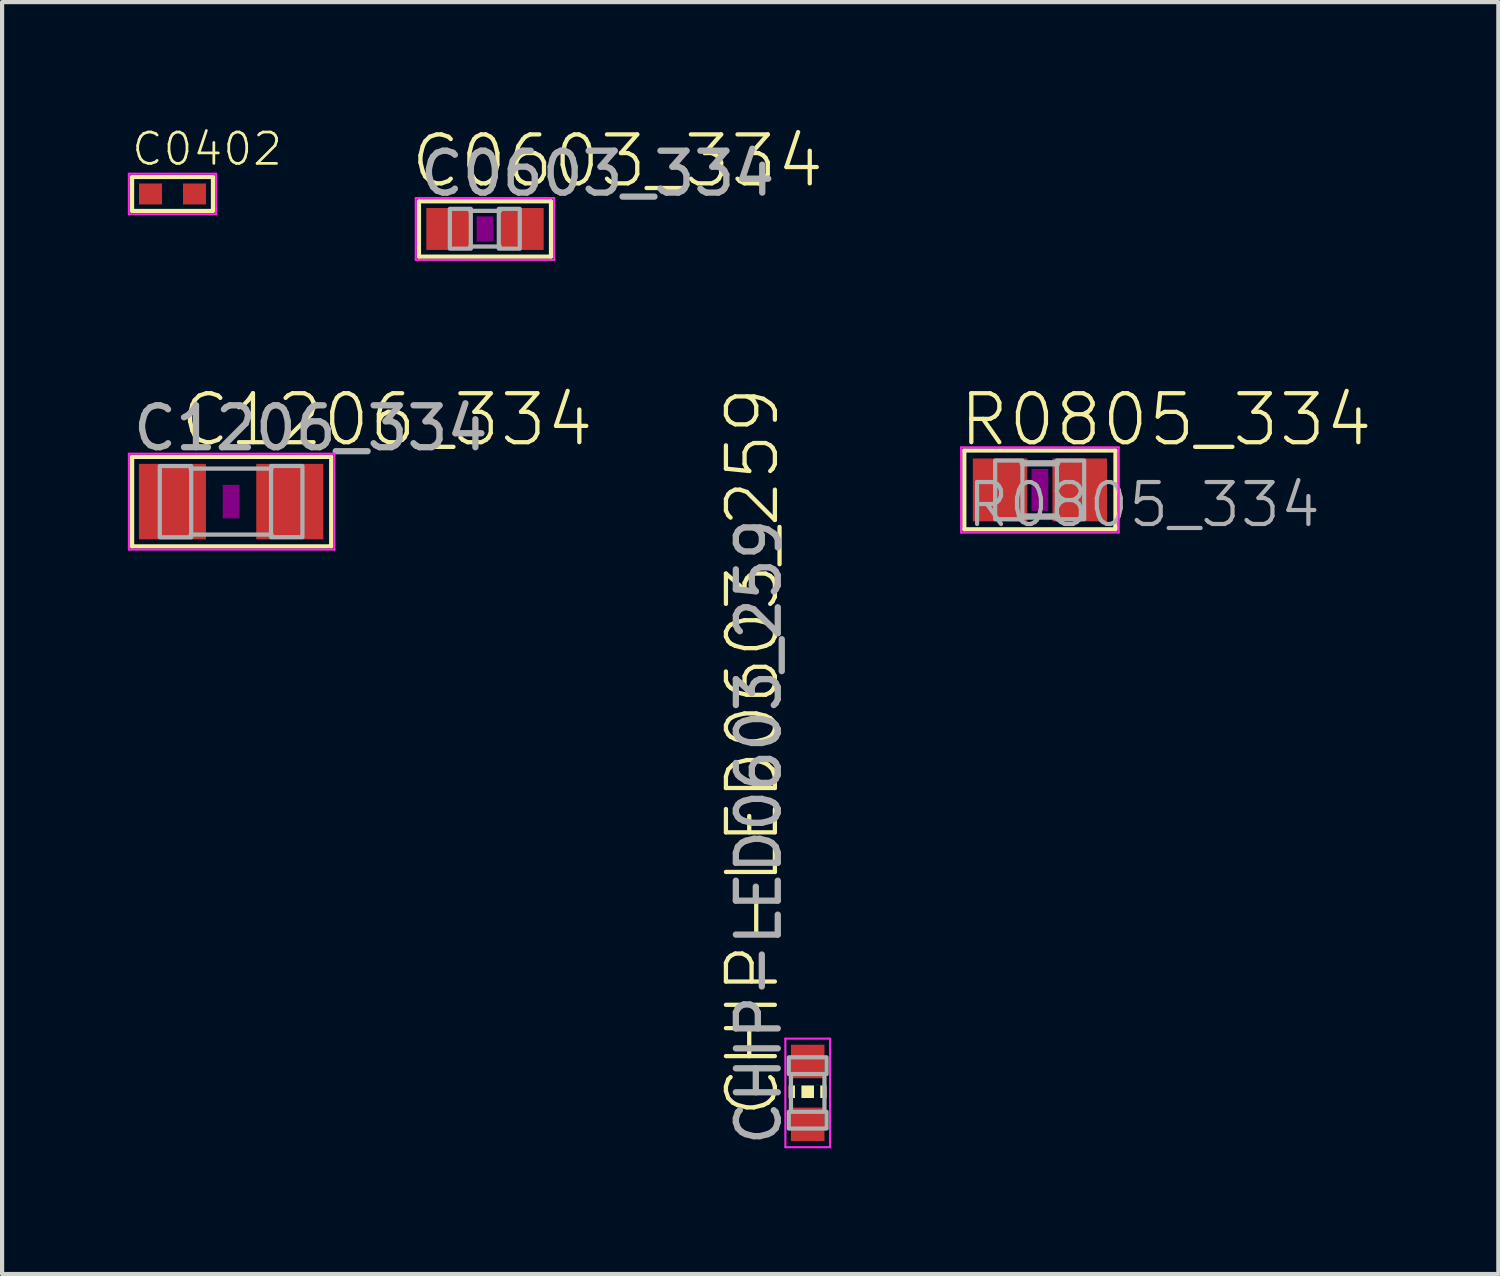
<source format=kicad_pcb>
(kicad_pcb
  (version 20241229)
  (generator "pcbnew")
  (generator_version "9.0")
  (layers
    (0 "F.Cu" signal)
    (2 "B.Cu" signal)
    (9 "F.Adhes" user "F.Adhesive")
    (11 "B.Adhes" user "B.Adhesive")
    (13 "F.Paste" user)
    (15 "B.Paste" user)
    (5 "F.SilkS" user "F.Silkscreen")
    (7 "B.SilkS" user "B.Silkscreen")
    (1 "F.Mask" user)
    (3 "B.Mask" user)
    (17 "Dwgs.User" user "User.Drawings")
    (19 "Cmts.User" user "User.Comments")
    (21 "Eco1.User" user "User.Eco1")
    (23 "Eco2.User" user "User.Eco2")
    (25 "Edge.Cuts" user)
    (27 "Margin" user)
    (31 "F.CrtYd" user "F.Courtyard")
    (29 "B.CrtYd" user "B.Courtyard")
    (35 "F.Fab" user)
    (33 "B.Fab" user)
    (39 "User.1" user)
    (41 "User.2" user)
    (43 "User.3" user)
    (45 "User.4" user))
  (footprint "C0603_334"
    (layer "F.Cu")
    (at 8.521 2.413)
    (property "Reference" "C0603_334" (at -1.829 -0.94 0) (unlocked yes) (layer "F.SilkS") (effects (font (size 1.168 1.168) (thickness 0.102)) (justify left bottom)))
    (fp_line (start -1.575 -0.66) (end 1.575 -0.66) (stroke (width 0.1) (type solid)) (layer "F.SilkS"))
    (fp_line (start -1.575 0.66) (end -1.575 -0.66) (stroke (width 0.1) (type solid)) (layer "F.SilkS"))
    (fp_line (start 1.575 -0.66) (end 1.575 0.66) (stroke (width 0.1) (type solid)) (layer "F.SilkS"))
    (fp_line (start 1.575 0.66) (end -1.575 0.66) (stroke (width 0.1) (type solid)) (layer "F.SilkS"))
    (fp_poly (pts (xy -0.2 0.3) (xy 0.2 0.3) (xy 0.2 -0.3) (xy -0.2 -0.3)) (stroke (width 0) (type default)) (fill yes) (layer "F.Adhes"))
    (fp_line (start -1.651 -0.737) (end 1.651 -0.737) (stroke (width 0.051) (type solid)) (layer "F.CrtYd"))
    (fp_line (start -1.651 0.737) (end -1.651 -0.737) (stroke (width 0.051) (type solid)) (layer "F.CrtYd"))
    (fp_line (start 1.651 -0.737) (end 1.651 0.737) (stroke (width 0.051) (type solid)) (layer "F.CrtYd"))
    (fp_line (start 1.651 0.737) (end -1.651 0.737) (stroke (width 0.051) (type solid)) (layer "F.CrtYd"))
    (fp_line (start -0.356 -0.432) (end 0.356 -0.432) (stroke (width 0.102) (type solid)) (layer "F.Fab"))
    (fp_line (start -0.356 0.419) (end 0.356 0.419) (stroke (width 0.102) (type solid)) (layer "F.Fab"))
    (fp_poly (pts (xy -0.838 0.47) (xy -0.338 0.47) (xy -0.338 -0.48) (xy -0.838 -0.48)) (stroke (width 0.1) (type default)) (fill no) (layer "F.Fab"))
    (fp_poly (pts (xy 0.33 0.47) (xy 0.83 0.47) (xy 0.83 -0.48) (xy 0.33 -0.48)) (stroke (width 0.1) (type default)) (fill no) (layer "F.Fab"))
    (fp_text user "${REFERENCE}" (at -1.626 -0.737 0) (unlocked yes) (layer "F.Fab") (effects (font (size 1 1) (thickness 0.15)) (justify left bottom)))
    (pad "1" smd rect (at -0.85 0) (size 1.1 1) (layers "F.Cu" "F.Mask" "F.Paste"))
    (pad "2" smd rect (at 0.85 0) (size 1.1 1) (layers "F.Cu" "F.Mask" "F.Paste")))
  (footprint "C1206_334"
    (layer "F.Cu")
    (at 2.464 8.918)
    (property "Reference" "C1206_334" (at -1.27 -1.27 0) (unlocked yes) (layer "F.SilkS") (effects (font (size 1.168 1.168) (thickness 0.102)) (justify left bottom)))
    (fp_line (start -2.362 -1.067) (end 2.388 -1.067) (stroke (width 0.1) (type default)) (layer "F.SilkS"))
    (fp_line (start -2.362 1.067) (end -2.362 -1.067) (stroke (width 0.1) (type default)) (layer "F.SilkS"))
    (fp_line (start 2.388 -1.067) (end 2.388 1.067) (stroke (width 0.1) (type default)) (layer "F.SilkS"))
    (fp_line (start 2.388 1.067) (end -2.362 1.067) (stroke (width 0.1) (type default)) (layer "F.SilkS"))
    (fp_poly (pts (xy -0.2 0.4) (xy 0.2 0.4) (xy 0.2 -0.4) (xy -0.2 -0.4)) (stroke (width 0) (type default)) (fill yes) (layer "F.Adhes"))
    (fp_line (start -2.438 -1.143) (end 2.464 -1.143) (stroke (width 0.051) (type solid)) (layer "F.CrtYd"))
    (fp_line (start -2.438 1.143) (end -2.438 -1.143) (stroke (width 0.051) (type solid)) (layer "F.CrtYd"))
    (fp_line (start 2.464 -1.143) (end 2.464 1.143) (stroke (width 0.051) (type solid)) (layer "F.CrtYd"))
    (fp_line (start 2.464 1.143) (end -2.438 1.143) (stroke (width 0.051) (type solid)) (layer "F.CrtYd"))
    (fp_line (start -0.965 -0.787) (end 0.965 -0.787) (stroke (width 0.102) (type solid)) (layer "F.Fab"))
    (fp_line (start -0.965 0.787) (end 0.965 0.787) (stroke (width 0.102) (type solid)) (layer "F.Fab"))
    (fp_poly (pts (xy -1.702 0.851) (xy -0.952 0.851) (xy -0.952 -0.849) (xy -1.702 -0.849)) (stroke (width 0.1) (type default)) (fill no) (layer "F.Fab"))
    (fp_poly (pts (xy 0.952 0.849) (xy 1.702 0.849) (xy 1.702 -0.851) (xy 0.952 -0.851)) (stroke (width 0.1) (type default)) (fill no) (layer "F.Fab"))
    (fp_text user "${REFERENCE}" (at -2.413 -1.168 0) (unlocked yes) (layer "F.Fab") (effects (font (size 1 1) (thickness 0.15)) (justify left bottom)))
    (pad "1" smd rect (at -1.4 0) (size 1.6 1.8) (layers "F.Cu" "F.Mask" "F.Paste"))
    (pad "2" smd rect (at 1.4 0) (size 1.6 1.8) (layers "F.Cu" "F.Mask" "F.Paste")))
  (footprint "R0805_334"
    (layer "F.Cu")
    (at 21.761 8.639)
    (property "Reference" "R0805_334" (at -1.981 -0.991 0) (unlocked yes) (layer "F.SilkS") (effects (font (size 1.168 1.168) (thickness 0.102)) (justify left bottom)))
    (fp_line (start -1.803 -0.94) (end 1.803 -0.94) (stroke (width 0.1) (type default)) (layer "F.SilkS"))
    (fp_line (start -1.803 0.94) (end -1.803 -0.94) (stroke (width 0.1) (type default)) (layer "F.SilkS"))
    (fp_line (start 1.803 -0.94) (end 1.803 0.889) (stroke (width 0.1) (type default)) (layer "F.SilkS"))
    (fp_line (start 1.803 0.889) (end 1.803 0.94) (stroke (width 0.1) (type default)) (layer "F.SilkS"))
    (fp_line (start 1.803 0.94) (end -1.803 0.94) (stroke (width 0.1) (type default)) (layer "F.SilkS"))
    (fp_poly (pts (xy -0.2 0.5) (xy 0.2 0.5) (xy 0.2 -0.5) (xy -0.2 -0.5)) (stroke (width 0) (type default)) (fill yes) (layer "F.Adhes"))
    (fp_line (start -1.88 -1.016) (end 1.88 -1.016) (stroke (width 0.051) (type solid)) (layer "F.CrtYd"))
    (fp_line (start -1.88 1.016) (end -1.88 -1.016) (stroke (width 0.051) (type solid)) (layer "F.CrtYd"))
    (fp_line (start 1.88 -1.016) (end 1.88 1.016) (stroke (width 0.051) (type solid)) (layer "F.CrtYd"))
    (fp_line (start 1.88 1.016) (end -1.88 1.016) (stroke (width 0.051) (type solid)) (layer "F.CrtYd"))
    (fp_line (start -0.41 -0.635) (end 0.41 -0.635) (stroke (width 0.152) (type solid)) (layer "F.Fab"))
    (fp_line (start -0.41 0.635) (end 0.41 0.635) (stroke (width 0.152) (type solid)) (layer "F.Fab"))
    (fp_poly (pts (xy -1.067 0.699) (xy -0.417 0.699) (xy -0.417 -0.702) (xy -1.067 -0.702)) (stroke (width 0.1) (type default)) (fill no) (layer "F.Fab"))
    (fp_poly (pts (xy 0.406 0.699) (xy 1.056 0.699) (xy 1.056 -0.702) (xy 0.406 -0.702)) (stroke (width 0.1) (type default)) (fill no) (layer "F.Fab"))
    (fp_text user "${REFERENCE}" (at -1.803 0.94 0) (unlocked yes) (layer "F.Fab") (effects (font (size 1 1) (thickness 0.1)) (justify left bottom)))
    (pad "1" smd rect (at -0.95 0) (size 1.3 1.5) (layers "F.Cu" "F.Mask" "F.Paste"))
    (pad "2" smd rect (at 0.95 0) (size 1.3 1.5) (layers "F.Cu" "F.Mask" "F.Paste")))
  (footprint "CHIP-LED0603_259"
    (layer "F.Cu")
    (at 16.221 23.026)
    (property "Reference" "CHIP-LED0603_259" (at -0.635 0.635 90) (unlocked yes) (layer "F.SilkS") (effects (font (size 1.168 1.168) (thickness 0.102)) (justify left bottom)))
    (fp_poly (pts (xy -0.455 0.122) (xy -0.305 0.122) (xy -0.305 -0.178) (xy -0.455 -0.178)) (stroke (width 0) (type default)) (fill yes) (layer "F.SilkS"))
    (fp_poly (pts (xy -0.15 0.122) (xy 0.15 0.122) (xy 0.15 -0.178) (xy -0.15 -0.178)) (stroke (width 0) (type default)) (fill yes) (layer "F.SilkS"))
    (fp_poly (pts (xy 0.3 0.122) (xy 0.45 0.122) (xy 0.45 -0.178) (xy 0.3 -0.178)) (stroke (width 0) (type default)) (fill yes) (layer "F.SilkS"))
    (fp_line (start -0.533 -1.295) (end -0.533 1.295) (stroke (width 0.05) (type default)) (layer "F.CrtYd"))
    (fp_line (start -0.533 -1.295) (end 0.533 -1.295) (stroke (width 0.05) (type solid)) (layer "F.CrtYd"))
    (fp_line (start 0.533 -1.295) (end 0.533 1.295) (stroke (width 0.05) (type default)) (layer "F.CrtYd"))
    (fp_line (start 0.533 1.295) (end -0.533 1.295) (stroke (width 0.05) (type default)) (layer "F.CrtYd"))
    (fp_line (start -0.4 -0.45) (end -0.4 0.45) (stroke (width 0.102) (type solid)) (layer "F.Fab"))
    (fp_line (start 0.4 -0.45) (end 0.4 0.45) (stroke (width 0.102) (type solid)) (layer "F.Fab"))
    (fp_poly (pts (xy -0.45 -0.45) (xy 0.45 -0.45) (xy 0.45 -0.85) (xy -0.45 -0.85)) (stroke (width 0.1) (type default)) (fill no) (layer "F.Fab"))
    (fp_poly (pts (xy -0.45 0.85) (xy 0.45 0.85) (xy 0.45 0.45) (xy -0.45 0.45)) (stroke (width 0.1) (type default)) (fill no) (layer "F.Fab"))
    (fp_text user "${REFERENCE}" (at -0.584 1.321 90) (unlocked yes) (layer "F.Fab") (effects (font (size 1 1) (thickness 0.15)) (justify left bottom)))
    (pad "A" smd rect (at 0 0.75) (size 0.8 0.8) (layers "F.Cu" "F.Mask" "F.Paste"))
    (pad "C" smd rect (at 0 -0.75) (size 0.8 0.8) (layers "F.Cu" "F.Mask" "F.Paste")))
  (footprint "C0402"
    (layer "F.Cu")
    (at 1.066 1.578)
    (property "Reference" "C0402" (at -1.016 -0.635 0) (unlocked yes) (layer "F.SilkS") (effects (font (size 0.748 0.748) (thickness 0.065)) (justify left bottom)))
    (fp_line (start -0.965 -0.406) (end 0.965 -0.406) (stroke (width 0.1) (type solid)) (layer "F.SilkS"))
    (fp_line (start -0.965 0.4) (end -0.965 -0.4) (stroke (width 0.1) (type solid)) (layer "F.SilkS"))
    (fp_line (start 0.965 -0.4) (end 0.965 0.4) (stroke (width 0.1) (type solid)) (layer "F.SilkS"))
    (fp_line (start 0.965 0.406) (end -0.965 0.406) (stroke (width 0.1) (type solid)) (layer "F.SilkS"))
    (fp_line (start -1.041 -0.483) (end 1.041 -0.483) (stroke (width 0.05) (type default)) (layer "F.CrtYd"))
    (fp_line (start -1.041 0.483) (end -1.041 -0.483) (stroke (width 0.05) (type default)) (layer "F.CrtYd"))
    (fp_line (start 1.041 -0.483) (end 1.041 0.483) (stroke (width 0.05) (type default)) (layer "F.CrtYd"))
    (fp_line (start 1.041 0.483) (end -1.041 0.483) (stroke (width 0.05) (type default)) (layer "F.CrtYd"))
    (pad "P$1" smd rect (at -0.525 0) (size 0.55 0.5) (layers "F.Cu" "F.Mask" "F.Paste"))
    (pad "P$2" smd rect (at 0.525 0) (size 0.55 0.5) (layers "F.Cu" "F.Mask" "F.Paste")))
  (gr_rect
    (start -3 -3)
    (end 32.699 27.347)
    (stroke (width 0.1) (type default))
    (fill no)
    (layer "Edge.Cuts")))
</source>
